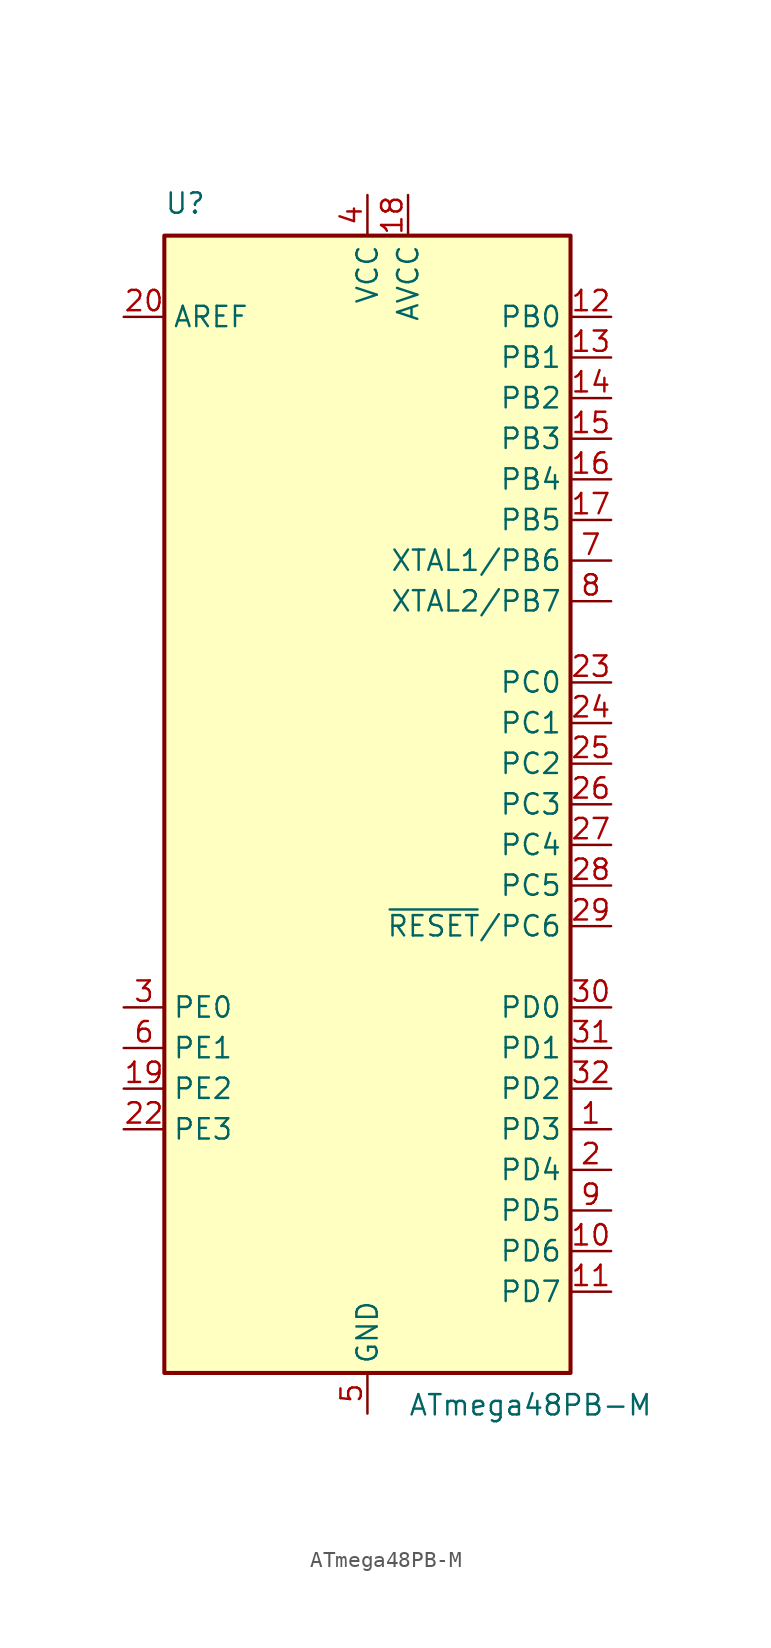
<source format=kicad_sym>
(kicad_symbol_lib
  (version 20231120)
  (generator "kicad_symbol_editor")
  (generator_version "8.0")
  (symbol "ATmega48PB-M"
    (property "Reference" "U"
      (at -12.7 36.83 0)
      (effects (font (size 1.27 1.27)) (justify left bottom)))
    (property "Value" "ATmega48PB-M"
      (at 2.54 -36.83 0)
      (effects (font (size 1.27 1.27)) (justify left top)))
    (symbol "ATmega48PB-M_0_1"
      (rectangle (start -12.7 -35.56) (end 12.7 35.56) (stroke (width 0.254) (type default)) (fill (type background))))
    (symbol "ATmega48PB-M_1_1"
      (pin bidirectional line (at 15.24 -20.32 180) (length 2.54) (name "PD3" (effects (font (size 1.27 1.27)))) (number "1" (effects (font (size 1.27 1.27)))) (alternate "INT1" input line) (alternate "OC2B" output line) (alternate "OC2B/INT1/PTCXY/PD3" bidirectional line) (alternate "PTCXY" input line))
      (pin bidirectional line (at 15.24 -27.94 180) (length 2.54) (name "PD6" (effects (font (size 1.27 1.27)))) (number "10" (effects (font (size 1.27 1.27)))) (alternate "AIN0" input line) (alternate "OC0A" output line) (alternate "OC0A/PTCXY/AIN0/PD6" bidirectional line) (alternate "PTCXY" input line))
      (pin bidirectional line (at 15.24 -30.48 180) (length 2.54) (name "PD7" (effects (font (size 1.27 1.27)))) (number "11" (effects (font (size 1.27 1.27)))) (alternate "AIN1" input line) (alternate "PTCXY" input line) (alternate "PTCXY/AIN1/PD7" bidirectional line))
      (pin bidirectional line (at 15.24 30.48 180) (length 2.54) (name "PB0" (effects (font (size 1.27 1.27)))) (number "12" (effects (font (size 1.27 1.27)))) (alternate "CLKO" output line) (alternate "ICP1" input line) (alternate "ICP1/CLKO/PTCXY/PB0" bidirectional line) (alternate "PTCXY" input line))
      (pin bidirectional line (at 15.24 27.94 180) (length 2.54) (name "PB1" (effects (font (size 1.27 1.27)))) (number "13" (effects (font (size 1.27 1.27)))) (alternate "OC1A" output line) (alternate "OC1A/PTCXY/PB1" bidirectional line) (alternate "PTCXY" input line))
      (pin bidirectional line (at 15.24 25.4 180) (length 2.54) (name "PB2" (effects (font (size 1.27 1.27)))) (number "14" (effects (font (size 1.27 1.27)))) (alternate "OC1B" output line) (alternate "PTCXY" input line) (alternate "~{SS0}" bidirectional line) (alternate "~{SS0}/OC1B/PTCXY/PB2" bidirectional line))
      (pin bidirectional line (at 15.24 22.86 180) (length 2.54) (name "PB3" (effects (font (size 1.27 1.27)))) (number "15" (effects (font (size 1.27 1.27)))) (alternate "MOSI0" bidirectional line) (alternate "MOSI0/TXD1/OC2A/PTCXY/PB3" bidirectional line) (alternate "OC2A" output line) (alternate "PTCXY" input line) (alternate "TXD1" output line))
      (pin bidirectional line (at 15.24 20.32 180) (length 2.54) (name "PB4" (effects (font (size 1.27 1.27)))) (number "16" (effects (font (size 1.27 1.27)))) (alternate "MISO0" bidirectional line) (alternate "MISO0/RXD1/PTCXY/PB4" bidirectional line) (alternate "PTCXY" input line) (alternate "RXD1" input line))
      (pin bidirectional line (at 15.24 17.78 180) (length 2.54) (name "PB5" (effects (font (size 1.27 1.27)))) (number "17" (effects (font (size 1.27 1.27)))) (alternate "PTCXY" input line) (alternate "PTCXY/XCK1/SCK0/PB5" bidirectional line) (alternate "SCK0" bidirectional line) (alternate "XCK1" bidirectional line))
      (pin power_in line (at 2.54 38.1 270) (length 2.54) (name "AVCC" (effects (font (size 1.27 1.27)))) (number "18" (effects (font (size 1.27 1.27)))))
      (pin bidirectional line (at -15.24 -17.78 0) (length 2.54) (name "PE2" (effects (font (size 1.27 1.27)))) (number "19" (effects (font (size 1.27 1.27)))) (alternate "ADC6" input line) (alternate "ADC6/PTCY/ICP3/~{SS1}/PE2" bidirectional line) (alternate "ICP3" input line) (alternate "PTCY" bidirectional line) (alternate "~{SS1}" bidirectional line))
      (pin bidirectional line (at 15.24 -22.86 180) (length 2.54) (name "PD4" (effects (font (size 1.27 1.27)))) (number "2" (effects (font (size 1.27 1.27)))) (alternate "PTCXY" input line) (alternate "T0" input line) (alternate "XCK" bidirectional line) (alternate "XCK/T0/PTCXY/PD4" bidirectional line))
      (pin passive line (at -15.24 30.48 0) (length 2.54) (name "AREF" (effects (font (size 1.27 1.27)))) (number "20" (effects (font (size 1.27 1.27)))))
      (pin passive line (at 0 -38.1 90) (length 2.54) hide (name "GND" (effects (font (size 1.27 1.27)))) (number "21" (effects (font (size 1.27 1.27)))))
      (pin bidirectional line (at -15.24 -20.32 0) (length 2.54) (name "PE3" (effects (font (size 1.27 1.27)))) (number "22" (effects (font (size 1.27 1.27)))) (alternate "ADC7" input line) (alternate "ADC7/PTCY/T3/MOSI1/PE3" bidirectional line) (alternate "MOSI1" bidirectional line) (alternate "PTCY" bidirectional line) (alternate "T3" input line))
      (pin bidirectional line (at 15.24 7.62 180) (length 2.54) (name "PC0" (effects (font (size 1.27 1.27)))) (number "23" (effects (font (size 1.27 1.27)))) (alternate "ADC0" input line) (alternate "ADC0/PTCY/MISO1/PC0" bidirectional line) (alternate "MISO1" bidirectional line) (alternate "PTCY" bidirectional line))
      (pin bidirectional line (at 15.24 5.08 180) (length 2.54) (name "PC1" (effects (font (size 1.27 1.27)))) (number "24" (effects (font (size 1.27 1.27)))) (alternate "ADC1" input line) (alternate "ADC1/PTCY/SCK1/PC1" bidirectional line) (alternate "PTCY" bidirectional line) (alternate "SCK1" bidirectional line))
      (pin bidirectional line (at 15.24 2.54 180) (length 2.54) (name "PC2" (effects (font (size 1.27 1.27)))) (number "25" (effects (font (size 1.27 1.27)))) (alternate "ADC2" input line) (alternate "ADC2/PTCY/PC2" bidirectional line) (alternate "PTCY" bidirectional line))
      (pin bidirectional line (at 15.24 0 180) (length 2.54) (name "PC3" (effects (font (size 1.27 1.27)))) (number "26" (effects (font (size 1.27 1.27)))) (alternate "ADC3" input line) (alternate "ADC3/PTCY/PC3" bidirectional line) (alternate "PTCY" bidirectional line))
      (pin bidirectional line (at 15.24 -2.54 180) (length 2.54) (name "PC4" (effects (font (size 1.27 1.27)))) (number "27" (effects (font (size 1.27 1.27)))) (alternate "ADC4" input line) (alternate "ADC4/PTCY/SDA0/PC4" bidirectional line) (alternate "PTCY" bidirectional line) (alternate "SDA0" bidirectional line))
      (pin bidirectional line (at 15.24 -5.08 180) (length 2.54) (name "PC5" (effects (font (size 1.27 1.27)))) (number "28" (effects (font (size 1.27 1.27)))) (alternate "ADC5" input line) (alternate "ADC5/PTCY/SCL0/PC5" bidirectional line) (alternate "PTCY" bidirectional line) (alternate "SCL0" bidirectional line))
      (pin bidirectional line (at 15.24 -7.62 180) (length 2.54) (name "~{RESET}/PC6" (effects (font (size 1.27 1.27)))) (number "29" (effects (font (size 1.27 1.27)))) (alternate "PC6" bidirectional line) (alternate "~{RESET}" input line))
      (pin bidirectional line (at -15.24 -12.7 0) (length 2.54) (name "PE0" (effects (font (size 1.27 1.27)))) (number "3" (effects (font (size 1.27 1.27)))) (alternate "ACO" output line) (alternate "ICP4" input line) (alternate "PTCXY" input line) (alternate "SDA1" bidirectional line) (alternate "SDA1/ICP4/ACO/PTCXY/PE0" bidirectional line))
      (pin bidirectional line (at 15.24 -12.7 180) (length 2.54) (name "PD0" (effects (font (size 1.27 1.27)))) (number "30" (effects (font (size 1.27 1.27)))) (alternate "OC3A" output line) (alternate "PTCXY" input line) (alternate "PTCXY/OC3A/RXD0/PD0" bidirectional line) (alternate "RXD0" input line))
      (pin bidirectional line (at 15.24 -15.24 180) (length 2.54) (name "PD1" (effects (font (size 1.27 1.27)))) (number "31" (effects (font (size 1.27 1.27)))) (alternate "OC4A" output line) (alternate "PTCXY" input line) (alternate "PTCXY/OC4A/TXD0/PD1" bidirectional line) (alternate "TXD0" output line))
      (pin bidirectional line (at 15.24 -17.78 180) (length 2.54) (name "PD2" (effects (font (size 1.27 1.27)))) (number "32" (effects (font (size 1.27 1.27)))) (alternate "INT0" input line) (alternate "OC3B" output line) (alternate "OC4B" output line) (alternate "PTCXY" input line) (alternate "PTCXY/INT0/OC3B/OC4B/PD2" bidirectional line))
      (pin passive line (at 0 -38.1 90) (length 2.54) hide (name "GND" (effects (font (size 1.27 1.27)))) (number "33" (effects (font (size 1.27 1.27)))))
      (pin power_in line (at 0 38.1 270) (length 2.54) (name "VCC" (effects (font (size 1.27 1.27)))) (number "4" (effects (font (size 1.27 1.27)))))
      (pin power_in line (at 0 -38.1 90) (length 2.54) (name "GND" (effects (font (size 1.27 1.27)))) (number "5" (effects (font (size 1.27 1.27)))))
      (pin bidirectional line (at -15.24 -15.24 0) (length 2.54) (name "PE1" (effects (font (size 1.27 1.27)))) (number "6" (effects (font (size 1.27 1.27)))) (alternate "PTCXY" input line) (alternate "SCL1" bidirectional line) (alternate "SCL1/T4/PTCXY/PE1" bidirectional line) (alternate "T4" input line))
      (pin bidirectional line (at 15.24 15.24 180) (length 2.54) (name "XTAL1/PB6" (effects (font (size 1.27 1.27)))) (number "7" (effects (font (size 1.27 1.27)))) (alternate "PB6" bidirectional line) (alternate "TOSC1" input line) (alternate "XTAL1" passive line) (alternate "XTAL1/TOSC1/PB6" bidirectional line))
      (pin bidirectional line (at 15.24 12.7 180) (length 2.54) (name "XTAL2/PB7" (effects (font (size 1.27 1.27)))) (number "8" (effects (font (size 1.27 1.27)))) (alternate "PB7" bidirectional line) (alternate "TOSC2" input line) (alternate "XTAL2" passive line) (alternate "XTAL2/TOSC2/PB7" bidirectional line))
      (pin bidirectional line (at 15.24 -25.4 180) (length 2.54) (name "PD5" (effects (font (size 1.27 1.27)))) (number "9" (effects (font (size 1.27 1.27)))) (alternate "OC0B" output line) (alternate "OC0B/T1/PTCXY/PD5" bidirectional line) (alternate "PTCXY" input line) (alternate "T1" input line)))))
</source>
